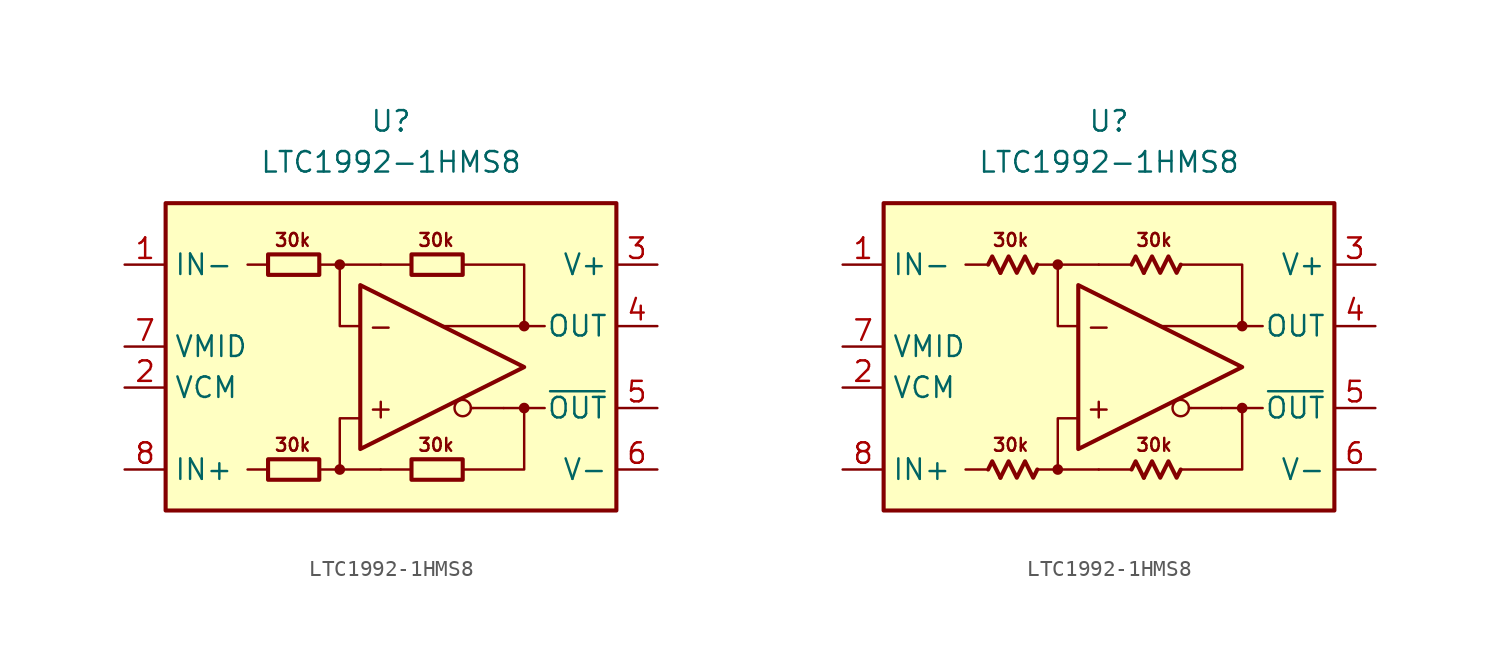
<source format=kicad_sym>
(kicad_symbol_lib
  (version 20231120)
  (generator "kicad_symbol_editor")
  (generator_version "8.0")
  (symbol "LTC1992-1HMS8"
    (property "Reference" "U"
      (at 0 15.24 0)
      (effects (font (size 1.27 1.27))))
    (property "Value" "LTC1992-1HMS8"
      (at 0 12.7 0)
      (effects (font (size 1.27 1.27))))
    (symbol "LTC1992-1HMS8_0_0"
      (rectangle (start -13.97 10.16) (end 13.97 -8.89) (stroke (width 0.254) (type default)) (fill (type background)))
      (circle (center -3.175 -6.35) (radius 0.254) (stroke (width 0.152) (type default)) (fill (type outline)))
      (circle (center -3.175 6.35) (radius 0.254) (stroke (width 0.152) (type default)) (fill (type outline)))
      (polyline (pts (xy -7.62 -6.35) (xy -8.89 -6.35)) (stroke (width 0.152) (type default)) (fill (type none)))
      (polyline (pts (xy -7.62 6.35) (xy -8.89 6.35)) (stroke (width 0.152) (type default)) (fill (type none)))
      (polyline (pts (xy -3.175 6.35) (xy -0.635 6.35)) (stroke (width 0.152) (type default)) (fill (type none)))
      (polyline (pts (xy -0.635 -6.35) (xy -3.175 -6.35)) (stroke (width 0.152) (type default)) (fill (type none)))
      (polyline (pts (xy 1.27 -6.35) (xy -0.635 -6.35)) (stroke (width 0.152) (type default)) (fill (type none)))
      (polyline (pts (xy 1.27 6.35) (xy -0.635 6.35)) (stroke (width 0.152) (type default)) (fill (type none)))
      (polyline (pts (xy 5.08 -2.54) (xy 4.953 -2.54)) (stroke (width 0.152) (type default)) (fill (type none)))
      (polyline (pts (xy 6.985 -2.54) (xy 5.08 -2.54)) (stroke (width 0.152) (type default)) (fill (type none)))
      (polyline (pts (xy 8.255 -2.54) (xy 9.525 -2.54)) (stroke (width 0.152) (type default)) (fill (type none)))
      (polyline (pts (xy 8.255 2.54) (xy 9.525 2.54)) (stroke (width 0.152) (type default)) (fill (type none)))
      (polyline (pts (xy -4.445 -6.35) (xy -3.175 -6.35) (xy -3.175 -3.175) (xy -1.905 -3.175)) (stroke (width 0.152) (type default)) (fill (type none)))
      (polyline (pts (xy -1.905 2.54) (xy -3.175 2.54) (xy -3.175 6.35) (xy -4.445 6.35)) (stroke (width 0.152) (type default)) (fill (type none)))
      (polyline (pts (xy 4.445 6.35) (xy 8.255 6.35) (xy 8.255 2.54) (xy 3.175 2.54)) (stroke (width 0.152) (type default)) (fill (type none)))
      (polyline (pts (xy 6.985 -2.54) (xy 8.255 -2.54) (xy 8.255 -6.35) (xy 4.445 -6.35)) (stroke (width 0.152) (type default)) (fill (type none)))
      (circle (center 4.445 -2.54) (radius 0.508) (stroke (width 0.152) (type default)) (fill (type none)))
      (circle (center 8.255 -2.54) (radius 0.254) (stroke (width 0.152) (type default)) (fill (type outline)))
      (circle (center 8.255 2.54) (radius 0.254) (stroke (width 0.152) (type default)) (fill (type outline)))
      (text "+" (at -0.635 -2.54 0) (effects (font (size 1.27 1.27))))
      (text "-" (at -0.635 2.54 0) (effects (font (size 1.27 1.27)))))
    (symbol "LTC1992-1HMS8_0_1"
      (rectangle (start -7.62 -5.715) (end -4.445 -6.985) (stroke (width 0.254) (type default)) (fill (type none)))
      (rectangle (start -7.62 6.985) (end -4.445 5.715) (stroke (width 0.254) (type default)) (fill (type none)))
      (rectangle (start 1.27 -5.715) (end 4.445 -6.985) (stroke (width 0.254) (type default)) (fill (type none)))
      (rectangle (start 1.27 6.985) (end 4.445 5.715) (stroke (width 0.254) (type default)) (fill (type none))))
    (symbol "LTC1992-1HMS8_0_2"
      (polyline (pts (xy -6.731 -6.858) (xy -7.239 -5.842) (xy -7.493 -6.35)) (stroke (width 0.254) (type default)) (fill (type none)))
      (polyline (pts (xy -6.731 5.842) (xy -7.239 6.858) (xy -7.493 6.35)) (stroke (width 0.254) (type default)) (fill (type none)))
      (polyline (pts (xy 2.159 -6.858) (xy 1.651 -5.842) (xy 1.397 -6.35)) (stroke (width 0.254) (type default)) (fill (type none)))
      (polyline (pts (xy 2.159 5.842) (xy 1.651 6.858) (xy 1.397 6.35)) (stroke (width 0.254) (type default)) (fill (type none)))
      (polyline (pts (xy -4.445 -6.35) (xy -4.699 -6.858) (xy -5.207 -5.842) (xy -5.715 -6.858) (xy -6.223 -5.842) (xy -6.731 -6.858)) (stroke (width 0.254) (type default)) (fill (type none)))
      (polyline (pts (xy -4.445 6.35) (xy -4.699 5.842) (xy -5.207 6.858) (xy -5.715 5.842) (xy -6.223 6.858) (xy -6.731 5.842)) (stroke (width 0.254) (type default)) (fill (type none)))
      (polyline (pts (xy 4.445 -6.35) (xy 4.191 -6.858) (xy 3.683 -5.842) (xy 3.175 -6.858) (xy 2.667 -5.842) (xy 2.159 -6.858)) (stroke (width 0.254) (type default)) (fill (type none)))
      (polyline (pts (xy 4.445 6.35) (xy 4.191 5.842) (xy 3.683 6.858) (xy 3.175 5.842) (xy 2.667 6.858) (xy 2.159 5.842)) (stroke (width 0.254) (type default)) (fill (type none))))
    (symbol "LTC1992-1HMS8_1_0"
      (polyline (pts (xy -1.905 5.08) (xy -1.905 -5.08) (xy 8.255 0) (xy -1.905 5.08)) (stroke (width 0.254) (type default)) (fill (type none)))
      (text "30k" (at -6.096 -4.826 0) (effects (font (size 0.8 0.8))))
      (text "30k" (at -6.096 7.874 0) (effects (font (size 0.8 0.8))))
      (text "30k" (at 2.794 -4.826 0) (effects (font (size 0.8 0.8))))
      (text "30k" (at 2.794 7.874 0) (effects (font (size 0.8 0.8)))))
    (symbol "LTC1992-1HMS8_1_1"
      (pin input line (at -16.51 6.35 0) (length 2.54) (name "IN-" (effects (font (size 1.27 1.27)))) (number "1" (effects (font (size 1.27 1.27)))))
      (pin input line (at -16.51 -1.27 0) (length 2.54) (name "VCM" (effects (font (size 1.27 1.27)))) (number "2" (effects (font (size 1.27 1.27)))))
      (pin power_in line (at 16.51 6.35 180) (length 2.54) (name "V+" (effects (font (size 1.27 1.27)))) (number "3" (effects (font (size 1.27 1.27)))))
      (pin output line (at 16.51 2.54 180) (length 2.54) (name "OUT" (effects (font (size 1.27 1.27)))) (number "4" (effects (font (size 1.27 1.27)))))
      (pin output line (at 16.51 -2.54 180) (length 2.54) (name "~{OUT}" (effects (font (size 1.27 1.27)))) (number "5" (effects (font (size 1.27 1.27)))))
      (pin power_in line (at 16.51 -6.35 180) (length 2.54) (name "V-" (effects (font (size 1.27 1.27)))) (number "6" (effects (font (size 1.27 1.27)))))
      (pin output line (at -16.51 1.27 0) (length 2.54) (name "VMID" (effects (font (size 1.27 1.27)))) (number "7" (effects (font (size 1.27 1.27)))))
      (pin input line (at -16.51 -6.35 0) (length 2.54) (name "IN+" (effects (font (size 1.27 1.27)))) (number "8" (effects (font (size 1.27 1.27))))))
    (symbol "LTC1992-1HMS8_1_2"
      (pin input line (at -16.51 6.35 0) (length 2.54) (name "IN-" (effects (font (size 1.27 1.27)))) (number "1" (effects (font (size 1.27 1.27)))))
      (pin input line (at -16.51 -1.27 0) (length 2.54) (name "VCM" (effects (font (size 1.27 1.27)))) (number "2" (effects (font (size 1.27 1.27)))))
      (pin power_in line (at 16.51 6.35 180) (length 2.54) (name "V+" (effects (font (size 1.27 1.27)))) (number "3" (effects (font (size 1.27 1.27)))))
      (pin output line (at 16.51 2.54 180) (length 2.54) (name "OUT" (effects (font (size 1.27 1.27)))) (number "4" (effects (font (size 1.27 1.27)))))
      (pin output line (at 16.51 -2.54 180) (length 2.54) (name "~{OUT}" (effects (font (size 1.27 1.27)))) (number "5" (effects (font (size 1.27 1.27)))))
      (pin power_in line (at 16.51 -6.35 180) (length 2.54) (name "V-" (effects (font (size 1.27 1.27)))) (number "6" (effects (font (size 1.27 1.27)))))
      (pin output line (at -16.51 1.27 0) (length 2.54) (name "VMID" (effects (font (size 1.27 1.27)))) (number "7" (effects (font (size 1.27 1.27)))))
      (pin input line (at -16.51 -6.35 0) (length 2.54) (name "IN+" (effects (font (size 1.27 1.27)))) (number "8" (effects (font (size 1.27 1.27))))))))
</source>
